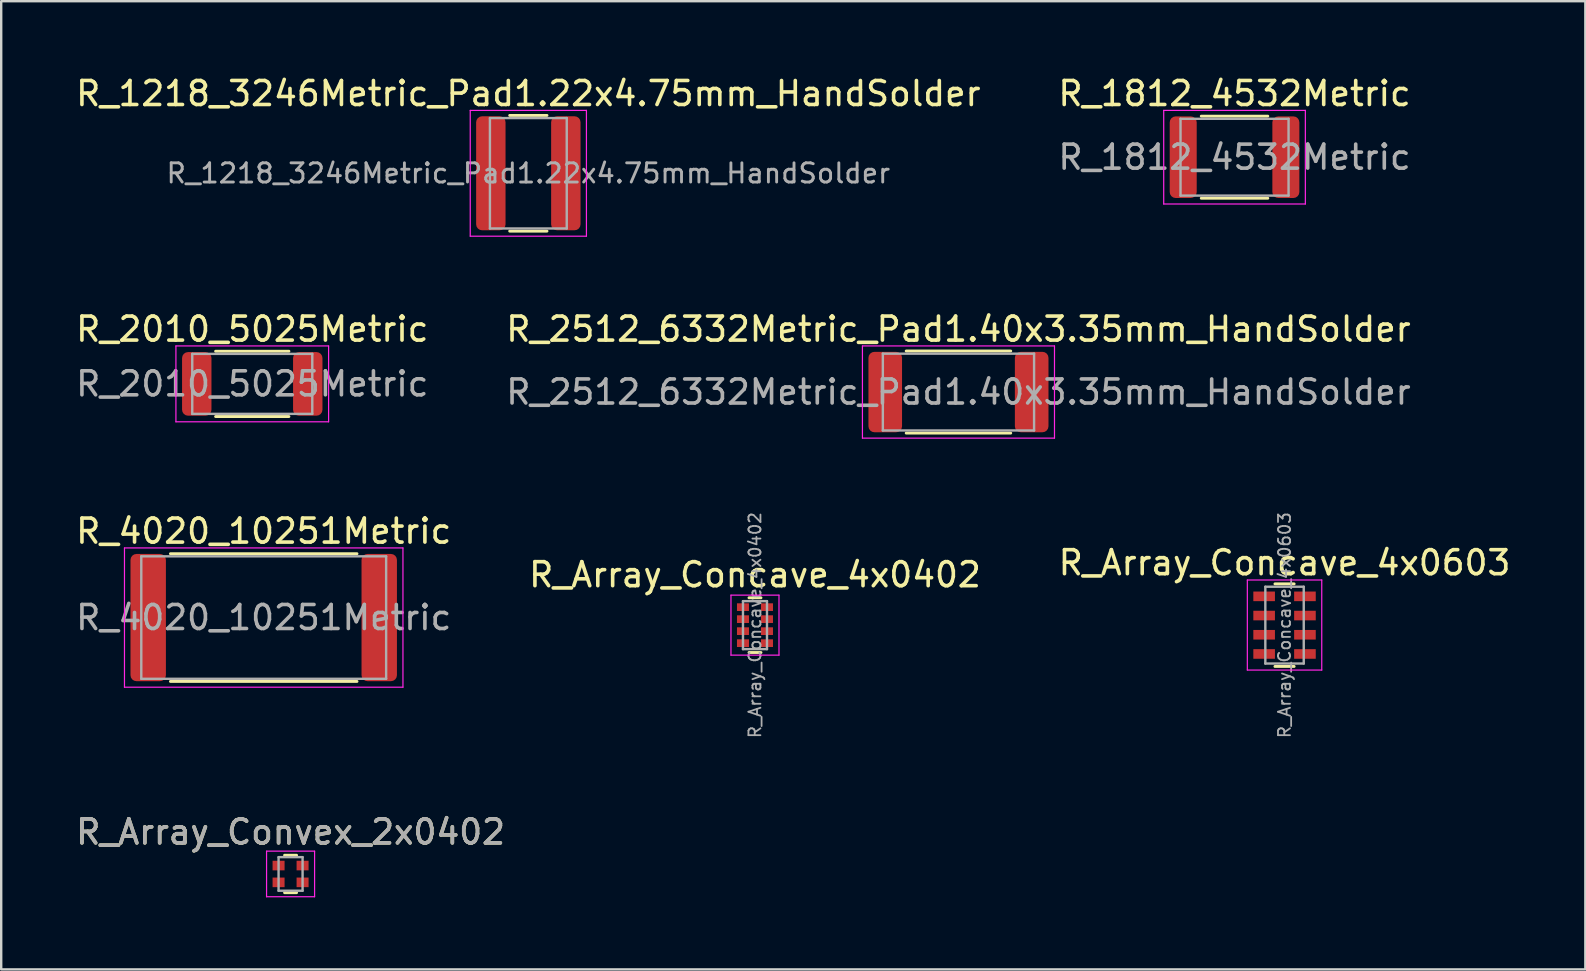
<source format=kicad_pcb>
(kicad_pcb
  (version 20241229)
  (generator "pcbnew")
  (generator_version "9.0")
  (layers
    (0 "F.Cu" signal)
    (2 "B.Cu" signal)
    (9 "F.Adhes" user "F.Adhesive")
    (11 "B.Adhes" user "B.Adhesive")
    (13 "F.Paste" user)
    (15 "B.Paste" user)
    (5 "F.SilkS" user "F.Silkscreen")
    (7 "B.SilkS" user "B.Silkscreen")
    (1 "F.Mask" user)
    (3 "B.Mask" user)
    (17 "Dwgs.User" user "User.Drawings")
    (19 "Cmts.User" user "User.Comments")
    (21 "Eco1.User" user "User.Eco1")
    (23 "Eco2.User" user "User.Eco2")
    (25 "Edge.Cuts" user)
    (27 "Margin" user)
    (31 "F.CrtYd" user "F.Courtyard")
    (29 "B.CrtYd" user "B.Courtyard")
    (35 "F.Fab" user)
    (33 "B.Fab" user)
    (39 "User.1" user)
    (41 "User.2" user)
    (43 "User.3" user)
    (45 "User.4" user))
  (footprint "R_Array_Concave_4x0603"
    (layer "F.Cu")
    (at 50.458 22.991)
    (property "Reference" "R_Array_Concave_4x0603" (at 0 -2.6 0) (layer "F.SilkS") (effects (font (size 1 1) (thickness 0.15))))
    (attr smd)
    (fp_line (start 0.4 -1.72) (end -0.4 -1.72) (stroke (width 0.12) (type solid)) (layer "F.SilkS"))
    (fp_line (start 0.4 1.72) (end -0.4 1.72) (stroke (width 0.12) (type solid)) (layer "F.SilkS"))
    (fp_line (start -1.55 -1.88) (end -1.55 1.87) (stroke (width 0.05) (type solid)) (layer "F.CrtYd"))
    (fp_line (start -1.55 -1.88) (end 1.55 -1.88) (stroke (width 0.05) (type solid)) (layer "F.CrtYd"))
    (fp_line (start 1.55 1.87) (end -1.55 1.87) (stroke (width 0.05) (type solid)) (layer "F.CrtYd"))
    (fp_line (start 1.55 1.87) (end 1.55 -1.88) (stroke (width 0.05) (type solid)) (layer "F.CrtYd"))
    (fp_line (start -0.8 -1.6) (end 0.8 -1.6) (stroke (width 0.1) (type solid)) (layer "F.Fab"))
    (fp_line (start -0.8 1.6) (end -0.8 -1.6) (stroke (width 0.1) (type solid)) (layer "F.Fab"))
    (fp_line (start 0.8 -1.6) (end 0.8 1.6) (stroke (width 0.1) (type solid)) (layer "F.Fab"))
    (fp_line (start 0.8 1.6) (end -0.8 1.6) (stroke (width 0.1) (type solid)) (layer "F.Fab"))
    (fp_text user "${REFERENCE}" (at 0 0 90) (layer "F.Fab") (effects (font (size 0.5 0.5) (thickness 0.075))))
    (pad "1" smd rect (at -0.85 -1.2) (size 0.9 0.4) (layers "F.Cu" "F.Mask" "F.Paste"))
    (pad "2" smd rect (at -0.85 -0.4) (size 0.9 0.4) (layers "F.Cu" "F.Mask" "F.Paste"))
    (pad "3" smd rect (at -0.85 0.4) (size 0.9 0.4) (layers "F.Cu" "F.Mask" "F.Paste"))
    (pad "4" smd rect (at -0.85 1.2) (size 0.9 0.4) (layers "F.Cu" "F.Mask" "F.Paste"))
    (pad "5" smd rect (at 0.85 1.2) (size 0.9 0.4) (layers "F.Cu" "F.Mask" "F.Paste"))
    (pad "6" smd rect (at 0.85 0.4) (size 0.9 0.4) (layers "F.Cu" "F.Mask" "F.Paste"))
    (pad "7" smd rect (at 0.85 -0.4) (size 0.9 0.4) (layers "F.Cu" "F.Mask" "F.Paste"))
    (pad "8" smd rect (at 0.85 -1.2) (size 0.9 0.4) (layers "F.Cu" "F.Mask" "F.Paste")))
  (footprint "R_2512_6332Metric_Pad1.40x3.35mm_HandSolder"
    (layer "F.Cu")
    (at 36.875 13.281)
    (property "Reference" "R_2512_6332Metric_Pad1.40x3.35mm_HandSolder" (at 0 -2.62 0) (layer "F.SilkS") (effects (font (size 1 1) (thickness 0.15))))
    (attr smd)
    (fp_line (start -2.177 -1.71) (end 2.177 -1.71) (stroke (width 0.12) (type solid)) (layer "F.SilkS"))
    (fp_line (start -2.177 1.71) (end 2.177 1.71) (stroke (width 0.12) (type solid)) (layer "F.SilkS"))
    (fp_line (start -4 -1.92) (end 4 -1.92) (stroke (width 0.05) (type solid)) (layer "F.CrtYd"))
    (fp_line (start -4 1.92) (end -4 -1.92) (stroke (width 0.05) (type solid)) (layer "F.CrtYd"))
    (fp_line (start 4 -1.92) (end 4 1.92) (stroke (width 0.05) (type solid)) (layer "F.CrtYd"))
    (fp_line (start 4 1.92) (end -4 1.92) (stroke (width 0.05) (type solid)) (layer "F.CrtYd"))
    (fp_line (start -3.15 -1.6) (end 3.15 -1.6) (stroke (width 0.1) (type solid)) (layer "F.Fab"))
    (fp_line (start -3.15 1.6) (end -3.15 -1.6) (stroke (width 0.1) (type solid)) (layer "F.Fab"))
    (fp_line (start 3.15 -1.6) (end 3.15 1.6) (stroke (width 0.1) (type solid)) (layer "F.Fab"))
    (fp_line (start 3.15 1.6) (end -3.15 1.6) (stroke (width 0.1) (type solid)) (layer "F.Fab"))
    (fp_text user "${REFERENCE}" (at 0 0 0) (layer "F.Fab") (effects (font (size 1 1) (thickness 0.15))))
    (pad "1" smd roundrect (at -3.05 0) (size 1.4 3.35) (layers "F.Cu" "F.Mask" "F.Paste") (roundrect_rratio 0.179))
    (pad "2" smd roundrect (at 3.05 0) (size 1.4 3.35) (layers "F.Cu" "F.Mask" "F.Paste") (roundrect_rratio 0.179)))
  (footprint "R_2010_5025Metric"
    (layer "F.Cu")
    (at 7.458 12.941)
    (property "Reference" "R_2010_5025Metric" (at 0 -2.28 0) (layer "F.SilkS") (effects (font (size 1 1) (thickness 0.15))))
    (attr smd)
    (fp_line (start -1.527 -1.36) (end 1.527 -1.36) (stroke (width 0.12) (type solid)) (layer "F.SilkS"))
    (fp_line (start -1.527 1.36) (end 1.527 1.36) (stroke (width 0.12) (type solid)) (layer "F.SilkS"))
    (fp_line (start -3.18 -1.58) (end 3.18 -1.58) (stroke (width 0.05) (type solid)) (layer "F.CrtYd"))
    (fp_line (start -3.18 1.58) (end -3.18 -1.58) (stroke (width 0.05) (type solid)) (layer "F.CrtYd"))
    (fp_line (start 3.18 -1.58) (end 3.18 1.58) (stroke (width 0.05) (type solid)) (layer "F.CrtYd"))
    (fp_line (start 3.18 1.58) (end -3.18 1.58) (stroke (width 0.05) (type solid)) (layer "F.CrtYd"))
    (fp_line (start -2.5 -1.25) (end 2.5 -1.25) (stroke (width 0.1) (type solid)) (layer "F.Fab"))
    (fp_line (start -2.5 1.25) (end -2.5 -1.25) (stroke (width 0.1) (type solid)) (layer "F.Fab"))
    (fp_line (start 2.5 -1.25) (end 2.5 1.25) (stroke (width 0.1) (type solid)) (layer "F.Fab"))
    (fp_line (start 2.5 1.25) (end -2.5 1.25) (stroke (width 0.1) (type solid)) (layer "F.Fab"))
    (fp_text user "${REFERENCE}" (at 0 0 0) (layer "F.Fab") (effects (font (size 1 1) (thickness 0.15))))
    (pad "1" smd roundrect (at -2.312 0) (size 1.225 2.65) (layers "F.Cu" "F.Mask" "F.Paste") (roundrect_rratio 0.204))
    (pad "2" smd roundrect (at 2.312 0) (size 1.225 2.65) (layers "F.Cu" "F.Mask" "F.Paste") (roundrect_rratio 0.204)))
  (footprint "R_4020_10251Metric"
    (layer "F.Cu")
    (at 7.935 22.675)
    (property "Reference" "R_4020_10251Metric" (at 0 -3.6 0) (layer "F.SilkS") (effects (font (size 1 1) (thickness 0.15))))
    (attr smd)
    (fp_line (start -3.886 -2.66) (end 3.886 -2.66) (stroke (width 0.12) (type solid)) (layer "F.SilkS"))
    (fp_line (start -3.886 2.66) (end 3.886 2.66) (stroke (width 0.12) (type solid)) (layer "F.SilkS"))
    (fp_line (start -5.8 -2.9) (end 5.8 -2.9) (stroke (width 0.05) (type solid)) (layer "F.CrtYd"))
    (fp_line (start -5.8 2.9) (end -5.8 -2.9) (stroke (width 0.05) (type solid)) (layer "F.CrtYd"))
    (fp_line (start 5.8 -2.9) (end 5.8 2.9) (stroke (width 0.05) (type solid)) (layer "F.CrtYd"))
    (fp_line (start 5.8 2.9) (end -5.8 2.9) (stroke (width 0.05) (type solid)) (layer "F.CrtYd"))
    (fp_line (start -5.1 -2.55) (end 5.1 -2.55) (stroke (width 0.1) (type solid)) (layer "F.Fab"))
    (fp_line (start -5.1 2.55) (end -5.1 -2.55) (stroke (width 0.1) (type solid)) (layer "F.Fab"))
    (fp_line (start 5.1 -2.55) (end 5.1 2.55) (stroke (width 0.1) (type solid)) (layer "F.Fab"))
    (fp_line (start 5.1 2.55) (end -5.1 2.55) (stroke (width 0.1) (type solid)) (layer "F.Fab"))
    (fp_text user "${REFERENCE}" (at 0 0 0) (layer "F.Fab") (effects (font (size 1 1) (thickness 0.15))))
    (pad "1" smd roundrect (at -4.812 0) (size 1.475 5.3) (layers "F.Cu" "F.Mask" "F.Paste") (roundrect_rratio 0.169))
    (pad "2" smd roundrect (at 4.812 0) (size 1.475 5.3) (layers "F.Cu" "F.Mask" "F.Paste") (roundrect_rratio 0.169)))
  (footprint "R_1218_3246Metric_Pad1.22x4.75mm_HandSolder"
    (layer "F.Cu")
    (at 18.958 4.168)
    (property "Reference" "R_1218_3246Metric_Pad1.22x4.75mm_HandSolder" (at 0 -3.32 0) (layer "F.SilkS") (effects (font (size 1 1) (thickness 0.15))))
    (attr smd)
    (fp_line (start -0.777 -2.41) (end 0.777 -2.41) (stroke (width 0.12) (type solid)) (layer "F.SilkS"))
    (fp_line (start -0.777 2.41) (end 0.777 2.41) (stroke (width 0.12) (type solid)) (layer "F.SilkS"))
    (fp_line (start -2.42 -2.62) (end 2.42 -2.62) (stroke (width 0.05) (type solid)) (layer "F.CrtYd"))
    (fp_line (start -2.42 2.62) (end -2.42 -2.62) (stroke (width 0.05) (type solid)) (layer "F.CrtYd"))
    (fp_line (start 2.42 -2.62) (end 2.42 2.62) (stroke (width 0.05) (type solid)) (layer "F.CrtYd"))
    (fp_line (start 2.42 2.62) (end -2.42 2.62) (stroke (width 0.05) (type solid)) (layer "F.CrtYd"))
    (fp_line (start -1.6 -2.3) (end 1.6 -2.3) (stroke (width 0.1) (type solid)) (layer "F.Fab"))
    (fp_line (start -1.6 2.3) (end -1.6 -2.3) (stroke (width 0.1) (type solid)) (layer "F.Fab"))
    (fp_line (start 1.6 -2.3) (end 1.6 2.3) (stroke (width 0.1) (type solid)) (layer "F.Fab"))
    (fp_line (start 1.6 2.3) (end -1.6 2.3) (stroke (width 0.1) (type solid)) (layer "F.Fab"))
    (fp_text user "${REFERENCE}" (at 0 0 0) (layer "F.Fab") (effects (font (size 0.8 0.8) (thickness 0.12))))
    (pad "1" smd roundrect (at -1.562 0) (size 1.225 4.75) (layers "F.Cu" "F.Mask" "F.Paste") (roundrect_rratio 0.204))
    (pad "2" smd roundrect (at 1.562 0) (size 1.225 4.75) (layers "F.Cu" "F.Mask" "F.Paste") (roundrect_rratio 0.204)))
  (footprint "R_1812_4532Metric"
    (layer "F.Cu")
    (at 48.375 3.498)
    (property "Reference" "R_1812_4532Metric" (at 0 -2.65 0) (layer "F.SilkS") (effects (font (size 1 1) (thickness 0.15))))
    (attr smd)
    (fp_line (start -1.386 -1.71) (end 1.386 -1.71) (stroke (width 0.12) (type solid)) (layer "F.SilkS"))
    (fp_line (start -1.386 1.71) (end 1.386 1.71) (stroke (width 0.12) (type solid)) (layer "F.SilkS"))
    (fp_line (start -2.95 -1.95) (end 2.95 -1.95) (stroke (width 0.05) (type solid)) (layer "F.CrtYd"))
    (fp_line (start -2.95 1.95) (end -2.95 -1.95) (stroke (width 0.05) (type solid)) (layer "F.CrtYd"))
    (fp_line (start 2.95 -1.95) (end 2.95 1.95) (stroke (width 0.05) (type solid)) (layer "F.CrtYd"))
    (fp_line (start 2.95 1.95) (end -2.95 1.95) (stroke (width 0.05) (type solid)) (layer "F.CrtYd"))
    (fp_line (start -2.25 -1.6) (end 2.25 -1.6) (stroke (width 0.1) (type solid)) (layer "F.Fab"))
    (fp_line (start -2.25 1.6) (end -2.25 -1.6) (stroke (width 0.1) (type solid)) (layer "F.Fab"))
    (fp_line (start 2.25 -1.6) (end 2.25 1.6) (stroke (width 0.1) (type solid)) (layer "F.Fab"))
    (fp_line (start 2.25 1.6) (end -2.25 1.6) (stroke (width 0.1) (type solid)) (layer "F.Fab"))
    (fp_text user "${REFERENCE}" (at 0 0 0) (layer "F.Fab") (effects (font (size 1 1) (thickness 0.15))))
    (pad "1" smd roundrect (at -2.138 0) (size 1.125 3.4) (layers "F.Cu" "F.Mask" "F.Paste") (roundrect_rratio 0.222))
    (pad "2" smd roundrect (at 2.138 0) (size 1.125 3.4) (layers "F.Cu" "F.Mask" "F.Paste") (roundrect_rratio 0.222)))
  (footprint "R_Array_Convex_2x0402"
    (layer "F.Cu")
    (at 9.054 33.355)
    (property "Reference" "R_Array_Convex_2x0402" (at 0 -1.75 0) (layer "F.SilkS") (effects (font (size 1 1) (thickness 0.15))))
    (attr smd)
    (fp_line (start 0.25 -0.78) (end -0.25 -0.78) (stroke (width 0.12) (type solid)) (layer "F.SilkS"))
    (fp_line (start 0.25 0.78) (end -0.25 0.78) (stroke (width 0.12) (type solid)) (layer "F.SilkS"))
    (fp_line (start -1 -0.95) (end -1 0.95) (stroke (width 0.05) (type solid)) (layer "F.CrtYd"))
    (fp_line (start -1 -0.95) (end 1 -0.95) (stroke (width 0.05) (type solid)) (layer "F.CrtYd"))
    (fp_line (start 1 0.95) (end -1 0.95) (stroke (width 0.05) (type solid)) (layer "F.CrtYd"))
    (fp_line (start 1 0.95) (end 1 -0.95) (stroke (width 0.05) (type solid)) (layer "F.CrtYd"))
    (fp_line (start -0.5 -0.7) (end -0.5 0.7) (stroke (width 0.1) (type solid)) (layer "F.Fab"))
    (fp_line (start -0.5 0.7) (end 0.5 0.7) (stroke (width 0.1) (type solid)) (layer "F.Fab"))
    (fp_line (start 0.5 -0.7) (end -0.5 -0.7) (stroke (width 0.1) (type solid)) (layer "F.Fab"))
    (fp_line (start 0.5 0.7) (end 0.5 -0.7) (stroke (width 0.1) (type solid)) (layer "F.Fab"))
    (fp_text user "${REFERENCE}" (at 0 -1.75 0) (layer "F.Fab") (effects (font (size 1 1) (thickness 0.15))))
    (pad "1" smd rect (at -0.5 -0.35) (size 0.5 0.4) (layers "F.Cu" "F.Mask" "F.Paste"))
    (pad "2" smd rect (at -0.5 0.35) (size 0.5 0.4) (layers "F.Cu" "F.Mask" "F.Paste"))
    (pad "3" smd rect (at 0.5 0.35) (size 0.5 0.4) (layers "F.Cu" "F.Mask" "F.Paste"))
    (pad "4" smd rect (at 0.5 -0.35) (size 0.5 0.4) (layers "F.Cu" "F.Mask" "F.Paste")))
  (footprint "R_Array_Concave_4x0402"
    (layer "F.Cu")
    (at 28.399 22.991)
    (property "Reference" "R_Array_Concave_4x0402" (at 0 -2.1 0) (layer "F.SilkS") (effects (font (size 1 1) (thickness 0.15))))
    (attr smd)
    (fp_line (start 0.25 -1.14) (end -0.25 -1.14) (stroke (width 0.12) (type solid)) (layer "F.SilkS"))
    (fp_line (start 0.25 1.14) (end -0.25 1.14) (stroke (width 0.12) (type solid)) (layer "F.SilkS"))
    (fp_line (start -1 -1.25) (end -1 1.25) (stroke (width 0.05) (type solid)) (layer "F.CrtYd"))
    (fp_line (start -1 -1.25) (end 1 -1.25) (stroke (width 0.05) (type solid)) (layer "F.CrtYd"))
    (fp_line (start 1 1.25) (end -1 1.25) (stroke (width 0.05) (type solid)) (layer "F.CrtYd"))
    (fp_line (start 1 1.25) (end 1 -1.25) (stroke (width 0.05) (type solid)) (layer "F.CrtYd"))
    (fp_line (start -0.5 -1) (end 0.5 -1) (stroke (width 0.1) (type solid)) (layer "F.Fab"))
    (fp_line (start -0.5 1) (end -0.5 -1) (stroke (width 0.1) (type solid)) (layer "F.Fab"))
    (fp_line (start 0.5 -1) (end 0.5 1) (stroke (width 0.1) (type solid)) (layer "F.Fab"))
    (fp_line (start 0.5 1) (end -0.5 1) (stroke (width 0.1) (type solid)) (layer "F.Fab"))
    (fp_text user "${REFERENCE}" (at 0 0 90) (layer "F.Fab") (effects (font (size 0.5 0.5) (thickness 0.075))))
    (pad "1" smd rect (at -0.5 -0.75) (size 0.5 0.32) (layers "F.Cu" "F.Mask" "F.Paste"))
    (pad "2" smd rect (at -0.5 -0.25) (size 0.5 0.32) (layers "F.Cu" "F.Mask" "F.Paste"))
    (pad "3" smd rect (at -0.5 0.25) (size 0.5 0.32) (layers "F.Cu" "F.Mask" "F.Paste"))
    (pad "4" smd rect (at -0.5 0.75) (size 0.5 0.32) (layers "F.Cu" "F.Mask" "F.Paste"))
    (pad "5" smd rect (at 0.5 0.75) (size 0.5 0.32) (layers "F.Cu" "F.Mask" "F.Paste"))
    (pad "6" smd rect (at 0.5 0.25) (size 0.5 0.32) (layers "F.Cu" "F.Mask" "F.Paste"))
    (pad "7" smd rect (at 0.5 -0.25) (size 0.5 0.32) (layers "F.Cu" "F.Mask" "F.Paste"))
    (pad "8" smd rect (at 0.5 -0.75) (size 0.5 0.32) (layers "F.Cu" "F.Mask" "F.Paste")))
  (gr_rect
    (start -3 -3)
    (end 62.988 37.33)
    (stroke (width 0.1) (type default))
    (fill no)
    (layer "Edge.Cuts")))
</source>
